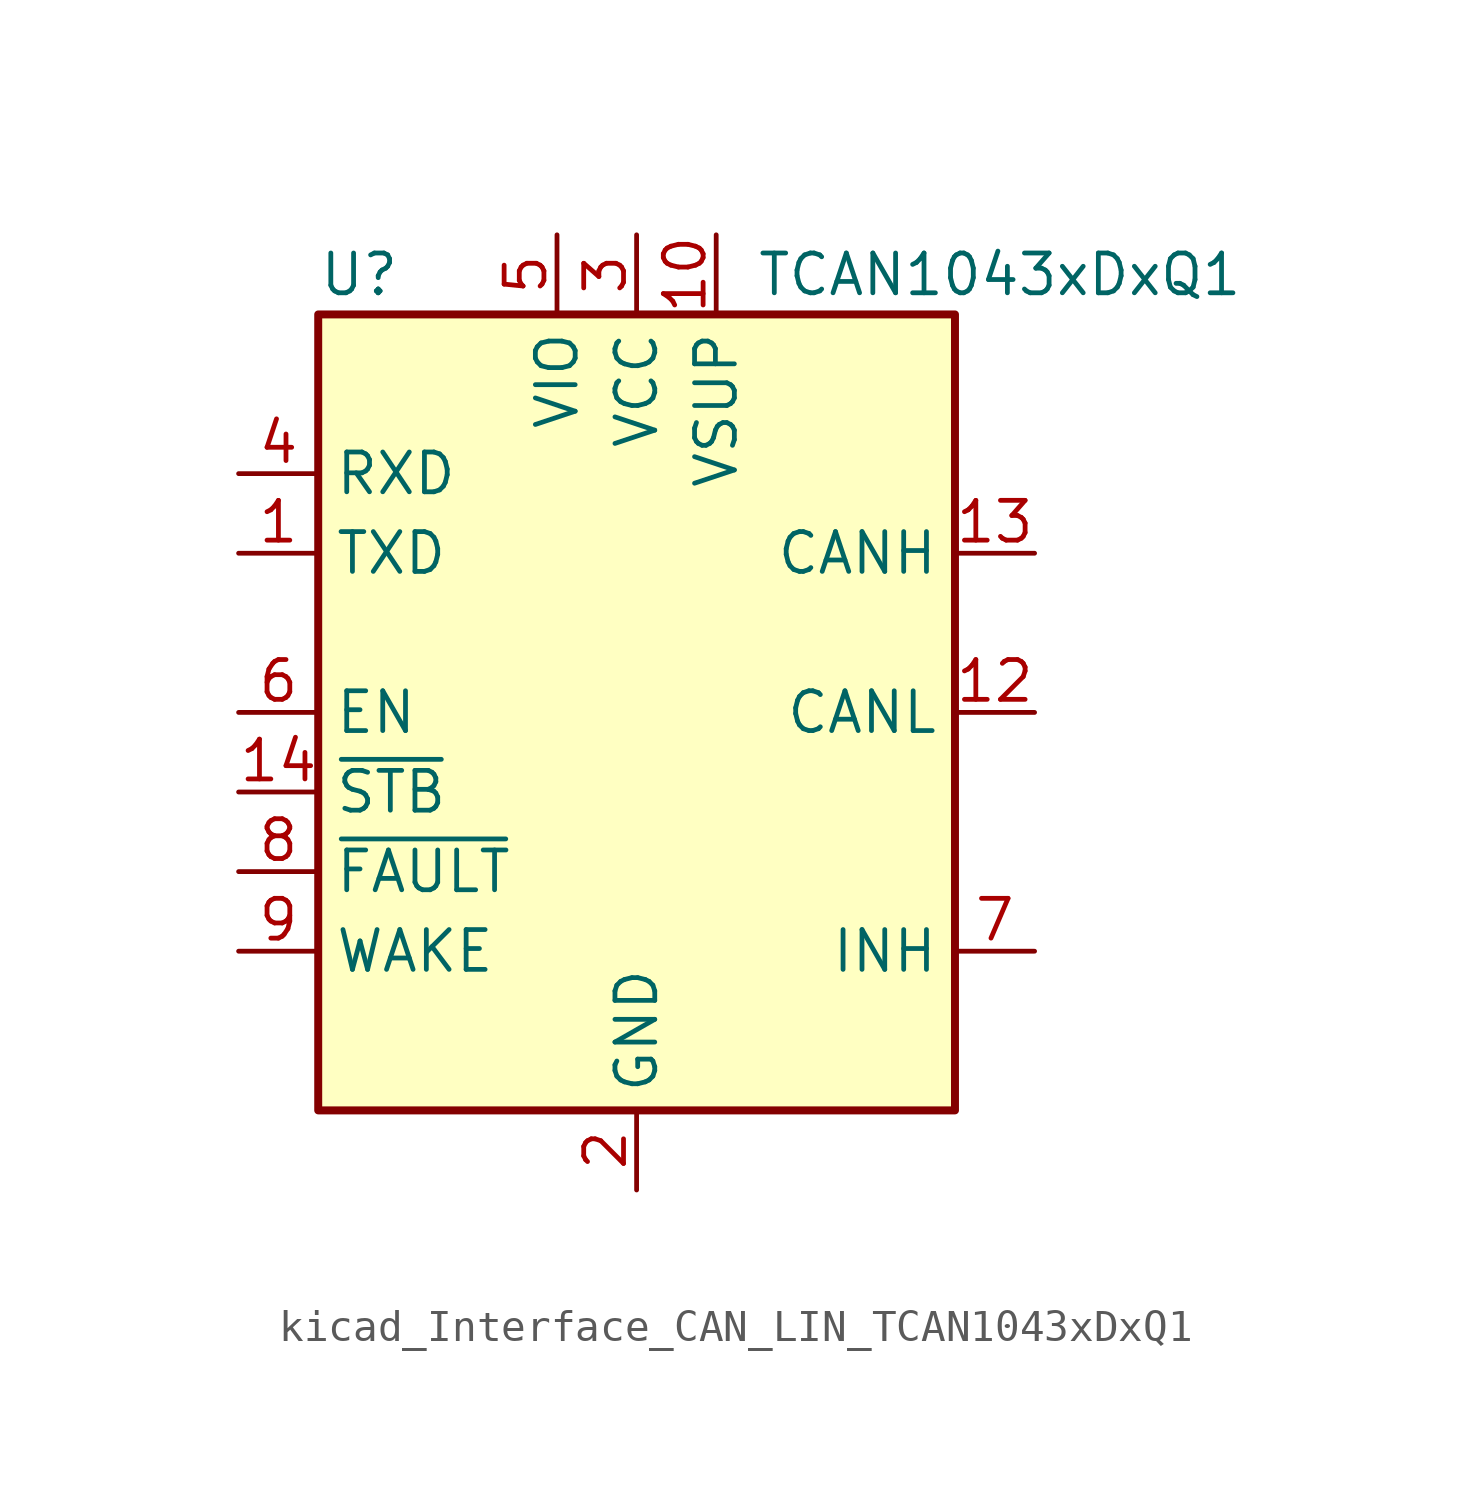
<source format=kicad_sym>
(kicad_symbol_lib
  (version 20220914)
  (generator kicad_symbol_editor)
  (symbol "kicad_Interface_CAN_LIN_TCAN1043xDxQ1"
    (property "Reference" "U"
      (at -10.16 13.97 0)
      (effects (font (size 1.27 1.27)) (justify left)))
    (property "Value" "TCAN1043xDxQ1"
      (at 3.81 13.97 0)
      (effects (font (size 1.27 1.27)) (justify left)))
    (symbol "kicad_Interface_CAN_LIN_TCAN1043xDxQ1_0_1"
      (rectangle (start -10.16 12.7) (end 10.16 -12.7) (stroke (width 0.254) (type default)) (fill (type background))))
    (symbol "kicad_Interface_CAN_LIN_TCAN1043xDxQ1_1_1"
      (pin input line (at -12.7 5.08 0) (length 2.54) (name "TXD" (effects (font (size 1.27 1.27)))) (number "1" (effects (font (size 1.27 1.27)))))
      (pin power_in line (at 2.54 15.24 270) (length 2.54) (name "VSUP" (effects (font (size 1.27 1.27)))) (number "10" (effects (font (size 1.27 1.27)))))
      (pin no_connect line (at 10.16 -10.16 180) (length 2.54) hide (name "NC" (effects (font (size 1.27 1.27)))) (number "11" (effects (font (size 1.27 1.27)))))
      (pin bidirectional line (at 12.7 0 180) (length 2.54) (name "CANL" (effects (font (size 1.27 1.27)))) (number "12" (effects (font (size 1.27 1.27)))))
      (pin bidirectional line (at 12.7 5.08 180) (length 2.54) (name "CANH" (effects (font (size 1.27 1.27)))) (number "13" (effects (font (size 1.27 1.27)))))
      (pin input line (at -12.7 -2.54 0) (length 2.54) (name "~{STB}" (effects (font (size 1.27 1.27)))) (number "14" (effects (font (size 1.27 1.27)))))
      (pin power_in line (at 0 -15.24 90) (length 2.54) (name "GND" (effects (font (size 1.27 1.27)))) (number "2" (effects (font (size 1.27 1.27)))))
      (pin power_in line (at 0 15.24 270) (length 2.54) (name "VCC" (effects (font (size 1.27 1.27)))) (number "3" (effects (font (size 1.27 1.27)))))
      (pin output line (at -12.7 7.62 0) (length 2.54) (name "RXD" (effects (font (size 1.27 1.27)))) (number "4" (effects (font (size 1.27 1.27)))))
      (pin power_in line (at -2.54 15.24 270) (length 2.54) (name "VIO" (effects (font (size 1.27 1.27)))) (number "5" (effects (font (size 1.27 1.27)))))
      (pin input line (at -12.7 0 0) (length 2.54) (name "EN" (effects (font (size 1.27 1.27)))) (number "6" (effects (font (size 1.27 1.27)))))
      (pin open_emitter line (at 12.7 -7.62 180) (length 2.54) (name "INH" (effects (font (size 1.27 1.27)))) (number "7" (effects (font (size 1.27 1.27)))))
      (pin output line (at -12.7 -5.08 0) (length 2.54) (name "~{FAULT}" (effects (font (size 1.27 1.27)))) (number "8" (effects (font (size 1.27 1.27)))))
      (pin input line (at -12.7 -7.62 0) (length 2.54) (name "WAKE" (effects (font (size 1.27 1.27)))) (number "9" (effects (font (size 1.27 1.27))))))))
</source>
